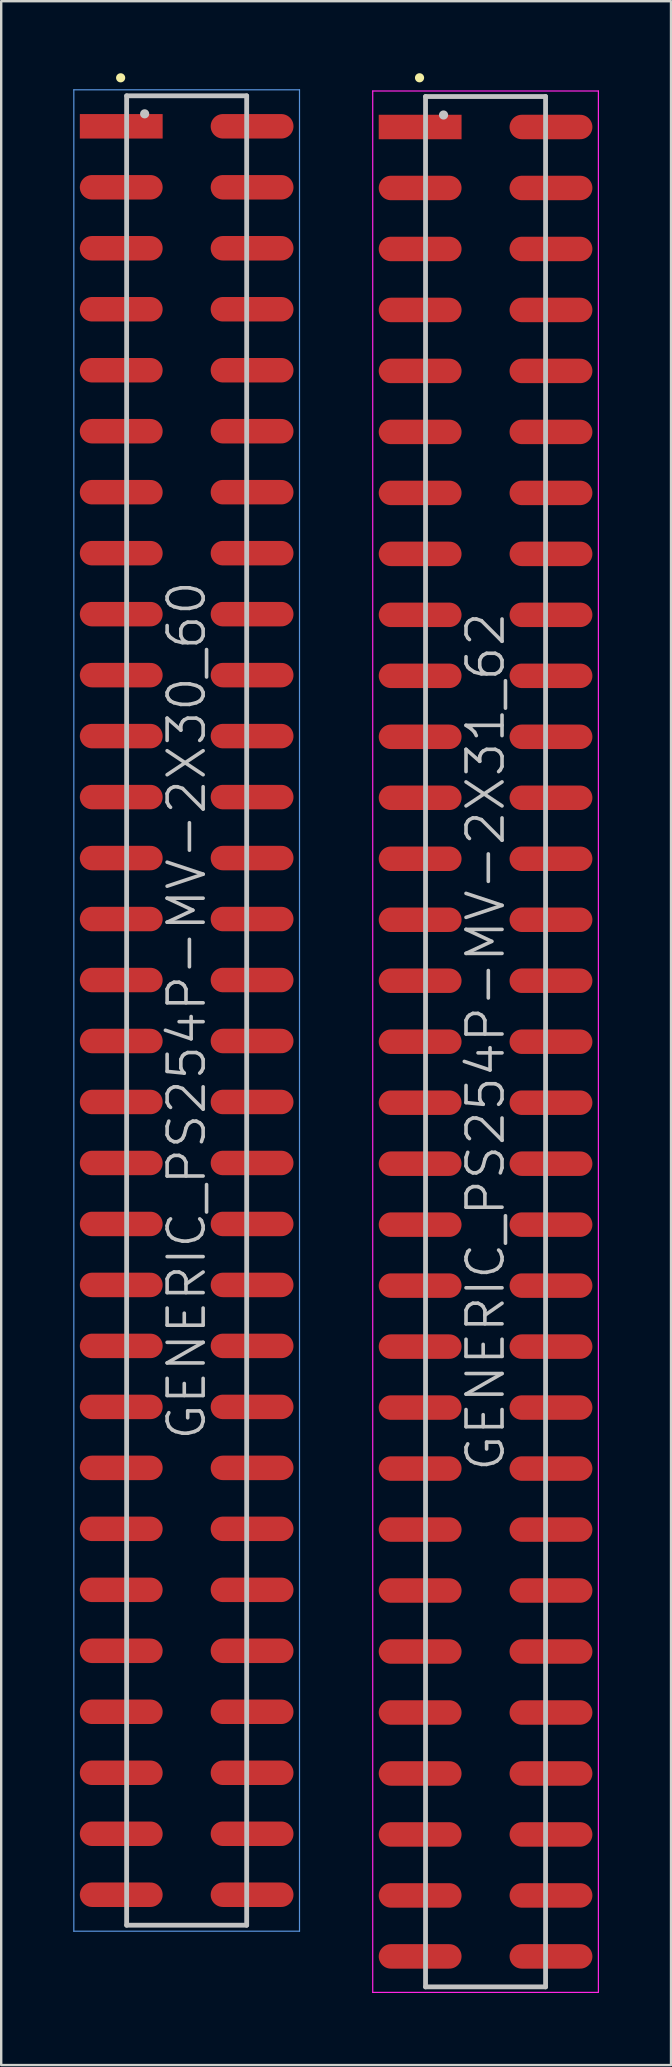
<source format=kicad_pcb>
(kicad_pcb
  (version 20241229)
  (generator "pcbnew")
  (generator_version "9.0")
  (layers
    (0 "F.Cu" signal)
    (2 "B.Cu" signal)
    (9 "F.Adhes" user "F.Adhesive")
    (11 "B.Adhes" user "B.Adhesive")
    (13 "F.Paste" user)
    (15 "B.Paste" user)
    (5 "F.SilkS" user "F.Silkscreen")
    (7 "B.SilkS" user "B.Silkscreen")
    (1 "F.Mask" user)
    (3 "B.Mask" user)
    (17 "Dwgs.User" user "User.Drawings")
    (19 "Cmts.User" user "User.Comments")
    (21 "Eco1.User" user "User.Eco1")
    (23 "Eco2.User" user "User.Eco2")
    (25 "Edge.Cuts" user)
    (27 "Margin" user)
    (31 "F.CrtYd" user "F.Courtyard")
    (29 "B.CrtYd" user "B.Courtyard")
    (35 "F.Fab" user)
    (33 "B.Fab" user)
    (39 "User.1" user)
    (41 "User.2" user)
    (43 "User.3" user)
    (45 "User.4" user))
  (footprint "GENERIC_PS254P-MV-2X30_60"
    (layer "F.Cu")
    (at 4.725 39.041)
    (property "Reference" "GENERIC_PS254P-MV-2X30_60" (at 0 0 90) (layer "Dwgs.User") (effects (font (size 1.5 1.5) (thickness 0.15))))
    (attr smd)
    (fp_line (start -2.75 -38.85) (end -2.75 -38.85) (stroke (width 0.381) (type solid)) (layer "F.SilkS"))
    (fp_line (start -2.5 -38.1) (end -2.5 38.1) (stroke (width 0.2) (type solid)) (layer "Dwgs.User"))
    (fp_line (start -2.5 -38.1) (end 2.5 -38.1) (stroke (width 0.2) (type solid)) (layer "Dwgs.User"))
    (fp_line (start -2.5 38.1) (end 2.5 38.1) (stroke (width 0.2) (type solid)) (layer "Dwgs.User"))
    (fp_line (start -1.75 -37.35) (end -1.75 -37.35) (stroke (width 0.381) (type solid)) (layer "Dwgs.User"))
    (fp_line (start 2.5 -38.1) (end 2.5 38.1) (stroke (width 0.2) (type solid)) (layer "Dwgs.User"))
    (fp_line (start -4.7 -38.35) (end -4.7 38.35) (stroke (width 0.05) (type solid)) (layer "Cmts.User"))
    (fp_line (start -4.7 -38.35) (end 4.7 -38.35) (stroke (width 0.05) (type solid)) (layer "Cmts.User"))
    (fp_line (start -4.7 38.35) (end 4.7 38.35) (stroke (width 0.05) (type solid)) (layer "Cmts.User"))
    (fp_line (start 4.7 -38.35) (end 4.7 38.35) (stroke (width 0.05) (type solid)) (layer "Cmts.User"))
    (pad "1" smd rect (at -2.725 -36.83 270) (size 1.02 3.45) (layers "F.Cu" "F.Mask" "F.Paste"))
    (pad "2" smd oval (at 2.725 -36.83 270) (size 1.02 3.45) (layers "F.Cu" "F.Mask" "F.Paste"))
    (pad "3" smd oval (at -2.725 -34.29 270) (size 1.02 3.45) (layers "F.Cu" "F.Mask" "F.Paste"))
    (pad "4" smd oval (at 2.725 -34.29 270) (size 1.02 3.45) (layers "F.Cu" "F.Mask" "F.Paste"))
    (pad "5" smd oval (at -2.725 -31.75 270) (size 1.02 3.45) (layers "F.Cu" "F.Mask" "F.Paste"))
    (pad "6" smd oval (at 2.725 -31.75 270) (size 1.02 3.45) (layers "F.Cu" "F.Mask" "F.Paste"))
    (pad "7" smd oval (at -2.725 -29.21 270) (size 1.02 3.45) (layers "F.Cu" "F.Mask" "F.Paste"))
    (pad "8" smd oval (at 2.725 -29.21 270) (size 1.02 3.45) (layers "F.Cu" "F.Mask" "F.Paste"))
    (pad "9" smd oval (at -2.725 -26.67 270) (size 1.02 3.45) (layers "F.Cu" "F.Mask" "F.Paste"))
    (pad "10" smd oval (at 2.725 -26.67 270) (size 1.02 3.45) (layers "F.Cu" "F.Mask" "F.Paste"))
    (pad "11" smd oval (at -2.725 -24.13 270) (size 1.02 3.45) (layers "F.Cu" "F.Mask" "F.Paste"))
    (pad "12" smd oval (at 2.725 -24.13 270) (size 1.02 3.45) (layers "F.Cu" "F.Mask" "F.Paste"))
    (pad "13" smd oval (at -2.725 -21.59 270) (size 1.02 3.45) (layers "F.Cu" "F.Mask" "F.Paste"))
    (pad "14" smd oval (at 2.725 -21.59 270) (size 1.02 3.45) (layers "F.Cu" "F.Mask" "F.Paste"))
    (pad "15" smd oval (at -2.725 -19.05 270) (size 1.02 3.45) (layers "F.Cu" "F.Mask" "F.Paste"))
    (pad "16" smd oval (at 2.725 -19.05 270) (size 1.02 3.45) (layers "F.Cu" "F.Mask" "F.Paste"))
    (pad "17" smd oval (at -2.725 -16.51 270) (size 1.02 3.45) (layers "F.Cu" "F.Mask" "F.Paste"))
    (pad "18" smd oval (at 2.725 -16.51 270) (size 1.02 3.45) (layers "F.Cu" "F.Mask" "F.Paste"))
    (pad "19" smd oval (at -2.725 -13.97 270) (size 1.02 3.45) (layers "F.Cu" "F.Mask" "F.Paste"))
    (pad "20" smd oval (at 2.725 -13.97 270) (size 1.02 3.45) (layers "F.Cu" "F.Mask" "F.Paste"))
    (pad "21" smd oval (at -2.725 -11.43 270) (size 1.02 3.45) (layers "F.Cu" "F.Mask" "F.Paste"))
    (pad "22" smd oval (at 2.725 -11.43 270) (size 1.02 3.45) (layers "F.Cu" "F.Mask" "F.Paste"))
    (pad "23" smd oval (at -2.725 -8.89 270) (size 1.02 3.45) (layers "F.Cu" "F.Mask" "F.Paste"))
    (pad "24" smd oval (at 2.725 -8.89 270) (size 1.02 3.45) (layers "F.Cu" "F.Mask" "F.Paste"))
    (pad "25" smd oval (at -2.725 -6.35 270) (size 1.02 3.45) (layers "F.Cu" "F.Mask" "F.Paste"))
    (pad "26" smd oval (at 2.725 -6.35 270) (size 1.02 3.45) (layers "F.Cu" "F.Mask" "F.Paste"))
    (pad "27" smd oval (at -2.725 -3.81 270) (size 1.02 3.45) (layers "F.Cu" "F.Mask" "F.Paste"))
    (pad "28" smd oval (at 2.725 -3.81 270) (size 1.02 3.45) (layers "F.Cu" "F.Mask" "F.Paste"))
    (pad "29" smd oval (at -2.725 -1.27 270) (size 1.02 3.45) (layers "F.Cu" "F.Mask" "F.Paste"))
    (pad "30" smd oval (at 2.725 -1.27 270) (size 1.02 3.45) (layers "F.Cu" "F.Mask" "F.Paste"))
    (pad "31" smd oval (at -2.725 1.27 270) (size 1.02 3.45) (layers "F.Cu" "F.Mask" "F.Paste"))
    (pad "32" smd oval (at 2.725 1.27 270) (size 1.02 3.45) (layers "F.Cu" "F.Mask" "F.Paste"))
    (pad "33" smd oval (at -2.725 3.81 270) (size 1.02 3.45) (layers "F.Cu" "F.Mask" "F.Paste"))
    (pad "34" smd oval (at 2.725 3.81 270) (size 1.02 3.45) (layers "F.Cu" "F.Mask" "F.Paste"))
    (pad "35" smd oval (at -2.725 6.35 270) (size 1.02 3.45) (layers "F.Cu" "F.Mask" "F.Paste"))
    (pad "36" smd oval (at 2.725 6.35 270) (size 1.02 3.45) (layers "F.Cu" "F.Mask" "F.Paste"))
    (pad "37" smd oval (at -2.725 8.89 270) (size 1.02 3.45) (layers "F.Cu" "F.Mask" "F.Paste"))
    (pad "38" smd oval (at 2.725 8.89 270) (size 1.02 3.45) (layers "F.Cu" "F.Mask" "F.Paste"))
    (pad "39" smd oval (at -2.725 11.43 270) (size 1.02 3.45) (layers "F.Cu" "F.Mask" "F.Paste"))
    (pad "40" smd oval (at 2.725 11.43 270) (size 1.02 3.45) (layers "F.Cu" "F.Mask" "F.Paste"))
    (pad "41" smd oval (at -2.725 13.97 270) (size 1.02 3.45) (layers "F.Cu" "F.Mask" "F.Paste"))
    (pad "42" smd oval (at 2.725 13.97 270) (size 1.02 3.45) (layers "F.Cu" "F.Mask" "F.Paste"))
    (pad "43" smd oval (at -2.725 16.51 270) (size 1.02 3.45) (layers "F.Cu" "F.Mask" "F.Paste"))
    (pad "44" smd oval (at 2.725 16.51 270) (size 1.02 3.45) (layers "F.Cu" "F.Mask" "F.Paste"))
    (pad "45" smd oval (at -2.725 19.05 270) (size 1.02 3.45) (layers "F.Cu" "F.Mask" "F.Paste"))
    (pad "46" smd oval (at 2.725 19.05 270) (size 1.02 3.45) (layers "F.Cu" "F.Mask" "F.Paste"))
    (pad "47" smd oval (at -2.725 21.59 270) (size 1.02 3.45) (layers "F.Cu" "F.Mask" "F.Paste"))
    (pad "48" smd oval (at 2.725 21.59 270) (size 1.02 3.45) (layers "F.Cu" "F.Mask" "F.Paste"))
    (pad "49" smd oval (at -2.725 24.13 270) (size 1.02 3.45) (layers "F.Cu" "F.Mask" "F.Paste"))
    (pad "50" smd oval (at 2.725 24.13 270) (size 1.02 3.45) (layers "F.Cu" "F.Mask" "F.Paste"))
    (pad "51" smd oval (at -2.725 26.67 270) (size 1.02 3.45) (layers "F.Cu" "F.Mask" "F.Paste"))
    (pad "52" smd oval (at 2.725 26.67 270) (size 1.02 3.45) (layers "F.Cu" "F.Mask" "F.Paste"))
    (pad "53" smd oval (at -2.725 29.21 270) (size 1.02 3.45) (layers "F.Cu" "F.Mask" "F.Paste"))
    (pad "54" smd oval (at 2.725 29.21 270) (size 1.02 3.45) (layers "F.Cu" "F.Mask" "F.Paste"))
    (pad "55" smd oval (at -2.725 31.75 270) (size 1.02 3.45) (layers "F.Cu" "F.Mask" "F.Paste"))
    (pad "56" smd oval (at 2.725 31.75 270) (size 1.02 3.45) (layers "F.Cu" "F.Mask" "F.Paste"))
    (pad "57" smd oval (at -2.725 34.29 270) (size 1.02 3.45) (layers "F.Cu" "F.Mask" "F.Paste"))
    (pad "58" smd oval (at 2.725 34.29 270) (size 1.02 3.45) (layers "F.Cu" "F.Mask" "F.Paste"))
    (pad "59" smd oval (at -2.725 36.83 270) (size 1.02 3.45) (layers "F.Cu" "F.Mask" "F.Paste"))
    (pad "60" smd oval (at 2.725 36.83 270) (size 1.02 3.45) (layers "F.Cu" "F.Mask" "F.Paste")))
  (footprint "GENERIC_PS254P-MV-2X31_62"
    (layer "F.Cu")
    (at 17.175 40.34)
    (property "Reference" "GENERIC_PS254P-MV-2X31_62" (at 0 0 90) (layer "Dwgs.User") (effects (font (size 1.5 1.5) (thickness 0.15))))
    (attr smd)
    (fp_line (start -2.75 -40.15) (end -2.75 -40.15) (stroke (width 0.381) (type solid)) (layer "F.SilkS"))
    (fp_line (start -2.5 -39.37) (end -2.5 39.37) (stroke (width 0.2) (type solid)) (layer "Dwgs.User"))
    (fp_line (start -2.5 -39.37) (end 2.5 -39.37) (stroke (width 0.2) (type solid)) (layer "Dwgs.User"))
    (fp_line (start -2.5 39.37) (end 2.5 39.37) (stroke (width 0.2) (type solid)) (layer "Dwgs.User"))
    (fp_line (start -1.75 -38.6) (end -1.75 -38.6) (stroke (width 0.381) (type solid)) (layer "Dwgs.User"))
    (fp_line (start 2.5 -39.37) (end 2.5 39.37) (stroke (width 0.2) (type solid)) (layer "Dwgs.User"))
    (fp_line (start -4.7 -39.6) (end -4.7 39.6) (stroke (width 0.05) (type solid)) (layer "F.CrtYd"))
    (fp_line (start -4.7 -39.6) (end 4.7 -39.6) (stroke (width 0.05) (type solid)) (layer "F.CrtYd"))
    (fp_line (start -4.7 39.6) (end 4.7 39.6) (stroke (width 0.05) (type solid)) (layer "F.CrtYd"))
    (fp_line (start 4.7 -39.6) (end 4.7 39.6) (stroke (width 0.05) (type solid)) (layer "F.CrtYd"))
    (pad "1" smd rect (at -2.725 -38.1 270) (size 1.02 3.45) (layers "F.Cu" "F.Mask" "F.Paste"))
    (pad "2" smd oval (at 2.725 -38.1 270) (size 1.02 3.45) (layers "F.Cu" "F.Mask" "F.Paste"))
    (pad "3" smd oval (at -2.725 -35.56 270) (size 1.02 3.45) (layers "F.Cu" "F.Mask" "F.Paste"))
    (pad "4" smd oval (at 2.725 -35.56 270) (size 1.02 3.45) (layers "F.Cu" "F.Mask" "F.Paste"))
    (pad "5" smd oval (at -2.725 -33.02 270) (size 1.02 3.45) (layers "F.Cu" "F.Mask" "F.Paste"))
    (pad "6" smd oval (at 2.725 -33.02 270) (size 1.02 3.45) (layers "F.Cu" "F.Mask" "F.Paste"))
    (pad "7" smd oval (at -2.725 -30.48 270) (size 1.02 3.45) (layers "F.Cu" "F.Mask" "F.Paste"))
    (pad "8" smd oval (at 2.725 -30.48 270) (size 1.02 3.45) (layers "F.Cu" "F.Mask" "F.Paste"))
    (pad "9" smd oval (at -2.725 -27.94 270) (size 1.02 3.45) (layers "F.Cu" "F.Mask" "F.Paste"))
    (pad "10" smd oval (at 2.725 -27.94 270) (size 1.02 3.45) (layers "F.Cu" "F.Mask" "F.Paste"))
    (pad "11" smd oval (at -2.725 -25.4 270) (size 1.02 3.45) (layers "F.Cu" "F.Mask" "F.Paste"))
    (pad "12" smd oval (at 2.725 -25.4 270) (size 1.02 3.45) (layers "F.Cu" "F.Mask" "F.Paste"))
    (pad "13" smd oval (at -2.725 -22.86 270) (size 1.02 3.45) (layers "F.Cu" "F.Mask" "F.Paste"))
    (pad "14" smd oval (at 2.725 -22.86 270) (size 1.02 3.45) (layers "F.Cu" "F.Mask" "F.Paste"))
    (pad "15" smd oval (at -2.725 -20.32 270) (size 1.02 3.45) (layers "F.Cu" "F.Mask" "F.Paste"))
    (pad "16" smd oval (at 2.725 -20.32 270) (size 1.02 3.45) (layers "F.Cu" "F.Mask" "F.Paste"))
    (pad "17" smd oval (at -2.725 -17.78 270) (size 1.02 3.45) (layers "F.Cu" "F.Mask" "F.Paste"))
    (pad "18" smd oval (at 2.725 -17.78 270) (size 1.02 3.45) (layers "F.Cu" "F.Mask" "F.Paste"))
    (pad "19" smd oval (at -2.725 -15.24 270) (size 1.02 3.45) (layers "F.Cu" "F.Mask" "F.Paste"))
    (pad "20" smd oval (at 2.725 -15.24 270) (size 1.02 3.45) (layers "F.Cu" "F.Mask" "F.Paste"))
    (pad "21" smd oval (at -2.725 -12.7 270) (size 1.02 3.45) (layers "F.Cu" "F.Mask" "F.Paste"))
    (pad "22" smd oval (at 2.725 -12.7 270) (size 1.02 3.45) (layers "F.Cu" "F.Mask" "F.Paste"))
    (pad "23" smd oval (at -2.725 -10.16 270) (size 1.02 3.45) (layers "F.Cu" "F.Mask" "F.Paste"))
    (pad "24" smd oval (at 2.725 -10.16 270) (size 1.02 3.45) (layers "F.Cu" "F.Mask" "F.Paste"))
    (pad "25" smd oval (at -2.725 -7.62 270) (size 1.02 3.45) (layers "F.Cu" "F.Mask" "F.Paste"))
    (pad "26" smd oval (at 2.725 -7.62 270) (size 1.02 3.45) (layers "F.Cu" "F.Mask" "F.Paste"))
    (pad "27" smd oval (at -2.725 -5.08 270) (size 1.02 3.45) (layers "F.Cu" "F.Mask" "F.Paste"))
    (pad "28" smd oval (at 2.725 -5.08 270) (size 1.02 3.45) (layers "F.Cu" "F.Mask" "F.Paste"))
    (pad "29" smd oval (at -2.725 -2.54 270) (size 1.02 3.45) (layers "F.Cu" "F.Mask" "F.Paste"))
    (pad "30" smd oval (at 2.725 -2.54 270) (size 1.02 3.45) (layers "F.Cu" "F.Mask" "F.Paste"))
    (pad "31" smd oval (at -2.725 0 270) (size 1.02 3.45) (layers "F.Cu" "F.Mask" "F.Paste"))
    (pad "32" smd oval (at 2.725 0 270) (size 1.02 3.45) (layers "F.Cu" "F.Mask" "F.Paste"))
    (pad "33" smd oval (at -2.725 2.54 270) (size 1.02 3.45) (layers "F.Cu" "F.Mask" "F.Paste"))
    (pad "34" smd oval (at 2.725 2.54 270) (size 1.02 3.45) (layers "F.Cu" "F.Mask" "F.Paste"))
    (pad "35" smd oval (at -2.725 5.08 270) (size 1.02 3.45) (layers "F.Cu" "F.Mask" "F.Paste"))
    (pad "36" smd oval (at 2.725 5.08 270) (size 1.02 3.45) (layers "F.Cu" "F.Mask" "F.Paste"))
    (pad "37" smd oval (at -2.725 7.62 270) (size 1.02 3.45) (layers "F.Cu" "F.Mask" "F.Paste"))
    (pad "38" smd oval (at 2.725 7.62 270) (size 1.02 3.45) (layers "F.Cu" "F.Mask" "F.Paste"))
    (pad "39" smd oval (at -2.725 10.16 270) (size 1.02 3.45) (layers "F.Cu" "F.Mask" "F.Paste"))
    (pad "40" smd oval (at 2.725 10.16 270) (size 1.02 3.45) (layers "F.Cu" "F.Mask" "F.Paste"))
    (pad "41" smd oval (at -2.725 12.7 270) (size 1.02 3.45) (layers "F.Cu" "F.Mask" "F.Paste"))
    (pad "42" smd oval (at 2.725 12.7 270) (size 1.02 3.45) (layers "F.Cu" "F.Mask" "F.Paste"))
    (pad "43" smd oval (at -2.725 15.24 270) (size 1.02 3.45) (layers "F.Cu" "F.Mask" "F.Paste"))
    (pad "44" smd oval (at 2.725 15.24 270) (size 1.02 3.45) (layers "F.Cu" "F.Mask" "F.Paste"))
    (pad "45" smd oval (at -2.725 17.78 270) (size 1.02 3.45) (layers "F.Cu" "F.Mask" "F.Paste"))
    (pad "46" smd oval (at 2.725 17.78 270) (size 1.02 3.45) (layers "F.Cu" "F.Mask" "F.Paste"))
    (pad "47" smd oval (at -2.725 20.32 270) (size 1.02 3.45) (layers "F.Cu" "F.Mask" "F.Paste"))
    (pad "48" smd oval (at 2.725 20.32 270) (size 1.02 3.45) (layers "F.Cu" "F.Mask" "F.Paste"))
    (pad "49" smd oval (at -2.725 22.86 270) (size 1.02 3.45) (layers "F.Cu" "F.Mask" "F.Paste"))
    (pad "50" smd oval (at 2.725 22.86 270) (size 1.02 3.45) (layers "F.Cu" "F.Mask" "F.Paste"))
    (pad "51" smd oval (at -2.725 25.4 270) (size 1.02 3.45) (layers "F.Cu" "F.Mask" "F.Paste"))
    (pad "52" smd oval (at 2.725 25.4 270) (size 1.02 3.45) (layers "F.Cu" "F.Mask" "F.Paste"))
    (pad "53" smd oval (at -2.725 27.94 270) (size 1.02 3.45) (layers "F.Cu" "F.Mask" "F.Paste"))
    (pad "54" smd oval (at 2.725 27.94 270) (size 1.02 3.45) (layers "F.Cu" "F.Mask" "F.Paste"))
    (pad "55" smd oval (at -2.725 30.48 270) (size 1.02 3.45) (layers "F.Cu" "F.Mask" "F.Paste"))
    (pad "56" smd oval (at 2.725 30.48 270) (size 1.02 3.45) (layers "F.Cu" "F.Mask" "F.Paste"))
    (pad "57" smd oval (at -2.725 33.02 270) (size 1.02 3.45) (layers "F.Cu" "F.Mask" "F.Paste"))
    (pad "58" smd oval (at 2.725 33.02 270) (size 1.02 3.45) (layers "F.Cu" "F.Mask" "F.Paste"))
    (pad "59" smd oval (at -2.725 35.56 270) (size 1.02 3.45) (layers "F.Cu" "F.Mask" "F.Paste"))
    (pad "60" smd oval (at 2.725 35.56 270) (size 1.02 3.45) (layers "F.Cu" "F.Mask" "F.Paste"))
    (pad "61" smd oval (at -2.725 38.1 270) (size 1.02 3.45) (layers "F.Cu" "F.Mask" "F.Paste"))
    (pad "62" smd oval (at 2.725 38.1 270) (size 1.02 3.45) (layers "F.Cu" "F.Mask" "F.Paste")))
  (gr_rect
    (start -3 -3)
    (end 24.9 82.966)
    (stroke (width 0.1) (type default))
    (fill no)
    (layer "Edge.Cuts")))
</source>
